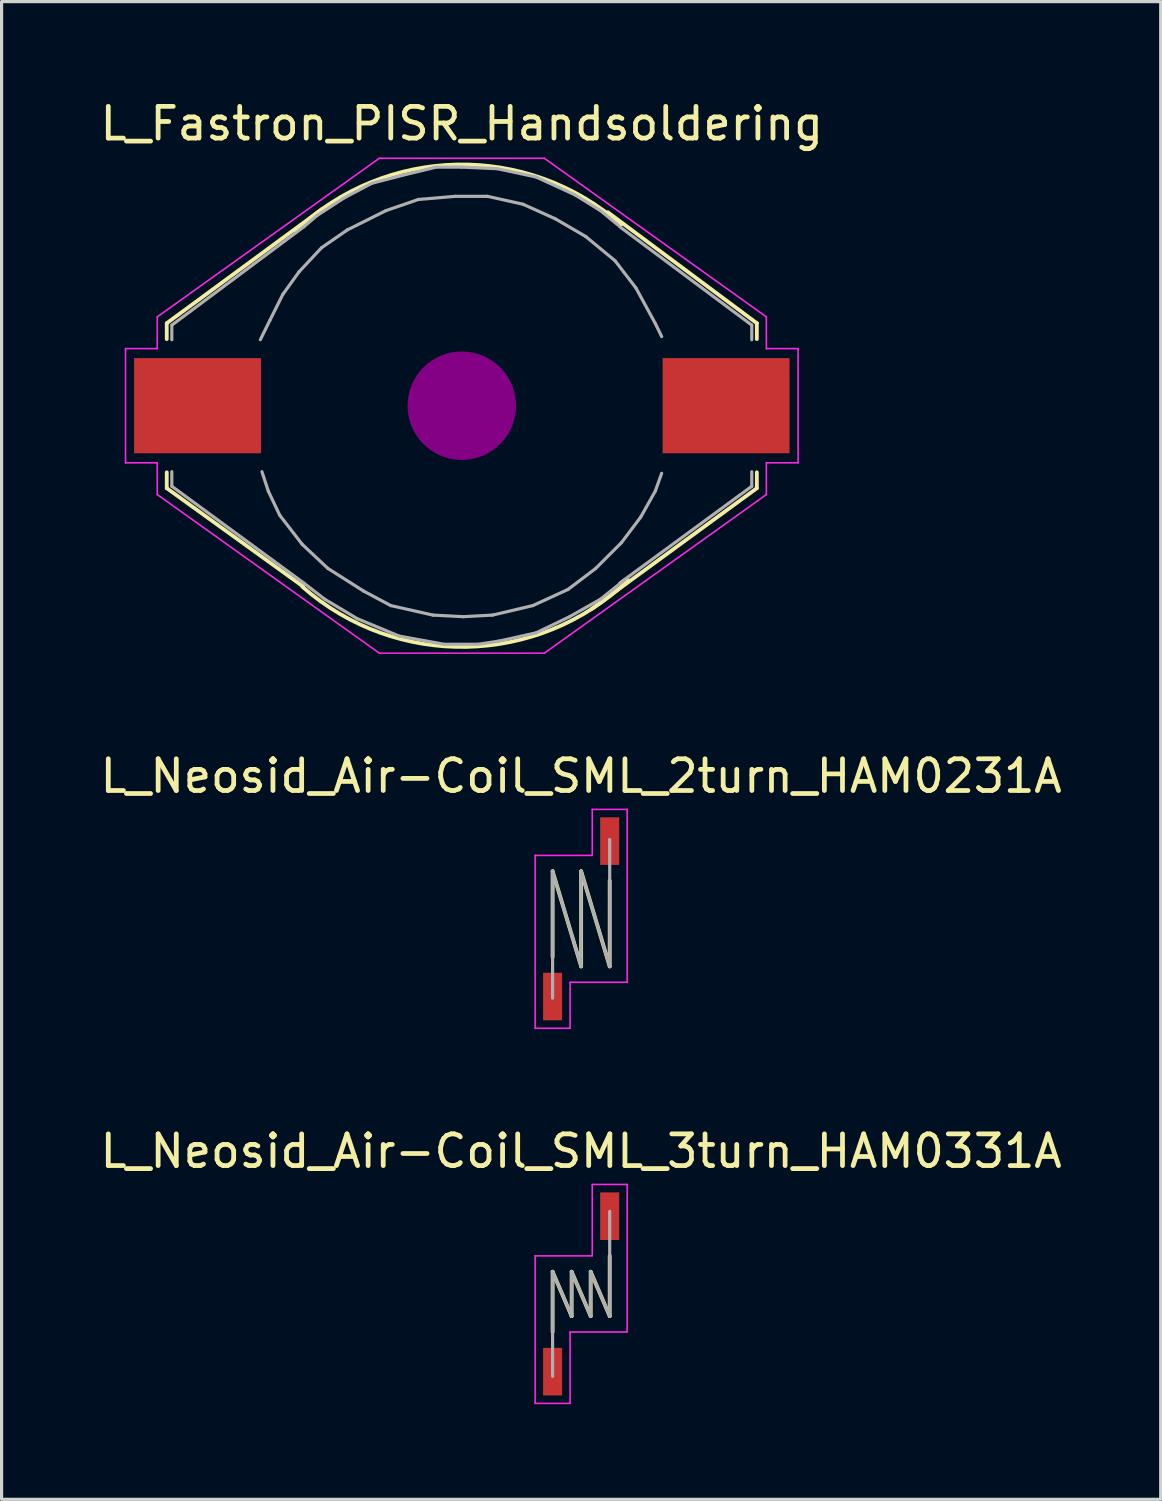
<source format=kicad_pcb>
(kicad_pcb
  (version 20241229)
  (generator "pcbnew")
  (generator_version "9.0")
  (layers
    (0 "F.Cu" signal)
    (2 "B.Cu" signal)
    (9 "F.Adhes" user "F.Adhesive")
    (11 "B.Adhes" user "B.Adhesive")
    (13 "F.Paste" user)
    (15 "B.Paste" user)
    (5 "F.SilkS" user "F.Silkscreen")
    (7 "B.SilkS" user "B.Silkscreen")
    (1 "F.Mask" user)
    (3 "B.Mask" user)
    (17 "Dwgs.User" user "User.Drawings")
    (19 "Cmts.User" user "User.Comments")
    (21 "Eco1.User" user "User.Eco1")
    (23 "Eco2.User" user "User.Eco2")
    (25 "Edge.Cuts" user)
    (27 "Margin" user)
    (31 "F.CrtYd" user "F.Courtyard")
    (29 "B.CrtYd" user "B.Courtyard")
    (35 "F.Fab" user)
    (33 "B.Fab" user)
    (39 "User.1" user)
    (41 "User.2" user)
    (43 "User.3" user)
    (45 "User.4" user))
  (footprint "L_Neosid_Air-Coil_SML_2turn_HAM0231A"
    (layer "F.Cu")
    (at 15.268 25.912)
    (property "Reference" "L_Neosid_Air-Coil_SML_2turn_HAM0231A" (at 0 -4.5 0) (layer "F.SilkS") (effects (font (size 1 1) (thickness 0.15))))
    (attr smd)
    (fp_line (start -0.9 -1.5) (end 0 1.5) (stroke (width 0.12) (type solid)) (layer "F.SilkS"))
    (fp_line (start -0.9 1.2) (end -0.9 -1.5) (stroke (width 0.12) (type solid)) (layer "F.SilkS"))
    (fp_line (start 0 -1.5) (end 0.9 1.5) (stroke (width 0.12) (type solid)) (layer "F.SilkS"))
    (fp_line (start 0 1.5) (end 0 -1.5) (stroke (width 0.12) (type solid)) (layer "F.SilkS"))
    (fp_line (start 0.9 -1.2) (end 0.9 1.5) (stroke (width 0.12) (type solid)) (layer "F.SilkS"))
    (fp_line (start -1.45 -2) (end -1.45 3.45) (stroke (width 0.05) (type solid)) (layer "F.CrtYd"))
    (fp_line (start -1.45 3.45) (end -0.35 3.45) (stroke (width 0.05) (type solid)) (layer "F.CrtYd"))
    (fp_line (start -0.35 2) (end 1.45 2) (stroke (width 0.05) (type solid)) (layer "F.CrtYd"))
    (fp_line (start -0.35 3.45) (end -0.35 2) (stroke (width 0.05) (type solid)) (layer "F.CrtYd"))
    (fp_line (start 0.35 -3.45) (end 0.35 -2) (stroke (width 0.05) (type solid)) (layer "F.CrtYd"))
    (fp_line (start 0.35 -2) (end -1.45 -2) (stroke (width 0.05) (type solid)) (layer "F.CrtYd"))
    (fp_line (start 1.45 -3.45) (end 0.35 -3.45) (stroke (width 0.05) (type solid)) (layer "F.CrtYd"))
    (fp_line (start 1.45 2) (end 1.45 -3.45) (stroke (width 0.05) (type solid)) (layer "F.CrtYd"))
    (fp_line (start -0.9 -1.5) (end 0 1.5) (stroke (width 0.1) (type solid)) (layer "F.Fab"))
    (fp_line (start -0.9 2.5) (end -0.9 -1.5) (stroke (width 0.1) (type solid)) (layer "F.Fab"))
    (fp_line (start 0 -1.5) (end 0.9 1.5) (stroke (width 0.1) (type solid)) (layer "F.Fab"))
    (fp_line (start 0 1.5) (end 0 -1.5) (stroke (width 0.1) (type solid)) (layer "F.Fab"))
    (fp_line (start 0.9 1.5) (end 0.9 -2.5) (stroke (width 0.1) (type solid)) (layer "F.Fab"))
    (pad "1" smd rect (at -0.9 2.45) (size 0.6 1.5) (layers "F.Cu" "F.Mask" "F.Paste"))
    (pad "2" smd rect (at 0.9 -2.45) (size 0.6 1.5) (layers "F.Cu" "F.Mask" "F.Paste")))
  (footprint "L_Fastron_PISR_Handsoldering"
    (layer "F.Cu")
    (at 11.506 9.738)
    (property "Reference" "L_Fastron_PISR_Handsoldering" (at 0 -8.89 0) (layer "F.SilkS") (effects (font (size 1 1) (thickness 0.15))))
    (attr smd)
    (fp_line (start -9.3 -2.6) (end -9.3 -2.1) (stroke (width 0.12) (type solid)) (layer "F.SilkS"))
    (fp_line (start -9.3 -2.6) (end -4.4 -6.2) (stroke (width 0.12) (type solid)) (layer "F.SilkS"))
    (fp_line (start -9.3 2.6) (end -9.3 2.1) (stroke (width 0.12) (type solid)) (layer "F.SilkS"))
    (fp_line (start -5 5.7) (end -9.3 2.6) (stroke (width 0.12) (type solid)) (layer "F.SilkS"))
    (fp_line (start 4.1 6.4) (end 9.3 2.6) (stroke (width 0.12) (type solid)) (layer "F.SilkS"))
    (fp_line (start 4.6 -6.1) (end 9.3 -2.6) (stroke (width 0.12) (type solid)) (layer "F.SilkS"))
    (fp_line (start 9.3 -2.6) (end 9.3 -2.1) (stroke (width 0.12) (type solid)) (layer "F.SilkS"))
    (fp_line (start 9.3 2.6) (end 9.3 2.1) (stroke (width 0.12) (type solid)) (layer "F.SilkS"))
    (fp_arc (start -5.25 -5.5) (mid -0.15496 -7.601874) (end 5.021503 -5.709379) (stroke (width 0.12) (type solid)) (layer "F.SilkS"))
    (fp_arc (start 5.25 5.5) (mid 0.15496 7.601874) (end -5.021503 5.709379) (stroke (width 0.12) (type solid)) (layer "F.SilkS"))
    (fp_line (start 0 -0.25) (end 0 0.25) (stroke (width 0.38) (type solid)) (layer "F.Adhes"))
    (fp_circle (center 0 0) (end 0 0.25) (stroke (width 0.38) (type solid)) (fill no) (layer "F.Adhes"))
    (fp_circle (center 0 0) (end 0 0.51) (stroke (width 0.38) (type solid)) (fill no) (layer "F.Adhes"))
    (fp_circle (center 0 0) (end 0 0.76) (stroke (width 0.38) (type solid)) (fill no) (layer "F.Adhes"))
    (fp_circle (center 0 0) (end 0 1.02) (stroke (width 0.38) (type solid)) (fill no) (layer "F.Adhes"))
    (fp_circle (center 0 0) (end 0 1.27) (stroke (width 0.38) (type solid)) (fill no) (layer "F.Adhes"))
    (fp_circle (center 0 0) (end 0 1.52) (stroke (width 0.38) (type solid)) (fill no) (layer "F.Adhes"))
    (fp_line (start -10.6 -1.8) (end -9.6 -1.8) (stroke (width 0.05) (type solid)) (layer "F.CrtYd"))
    (fp_line (start -10.6 1.8) (end -10.6 -1.8) (stroke (width 0.05) (type solid)) (layer "F.CrtYd"))
    (fp_line (start -9.6 -2.8) (end -2.6 -7.8) (stroke (width 0.05) (type solid)) (layer "F.CrtYd"))
    (fp_line (start -9.6 -1.8) (end -9.6 -2.8) (stroke (width 0.05) (type solid)) (layer "F.CrtYd"))
    (fp_line (start -9.6 1.8) (end -10.6 1.8) (stroke (width 0.05) (type solid)) (layer "F.CrtYd"))
    (fp_line (start -9.6 2.8) (end -9.6 1.8) (stroke (width 0.05) (type solid)) (layer "F.CrtYd"))
    (fp_line (start -2.6 -7.8) (end 2.6 -7.8) (stroke (width 0.05) (type solid)) (layer "F.CrtYd"))
    (fp_line (start -2.6 7.8) (end -9.6 2.8) (stroke (width 0.05) (type solid)) (layer "F.CrtYd"))
    (fp_line (start 2.6 -7.8) (end 9.6 -2.8) (stroke (width 0.05) (type solid)) (layer "F.CrtYd"))
    (fp_line (start 2.6 7.8) (end -2.6 7.8) (stroke (width 0.05) (type solid)) (layer "F.CrtYd"))
    (fp_line (start 9.6 -2.8) (end 9.6 -1.8) (stroke (width 0.05) (type solid)) (layer "F.CrtYd"))
    (fp_line (start 9.6 -1.8) (end 10.6 -1.8) (stroke (width 0.05) (type solid)) (layer "F.CrtYd"))
    (fp_line (start 9.6 1.8) (end 9.6 2.8) (stroke (width 0.05) (type solid)) (layer "F.CrtYd"))
    (fp_line (start 9.6 2.8) (end 2.6 7.8) (stroke (width 0.05) (type solid)) (layer "F.CrtYd"))
    (fp_line (start 10.6 -1.8) (end 10.6 1.8) (stroke (width 0.05) (type solid)) (layer "F.CrtYd"))
    (fp_line (start 10.6 1.8) (end 9.6 1.8) (stroke (width 0.05) (type solid)) (layer "F.CrtYd"))
    (fp_line (start -9.14 -2.54) (end -4.98 -5.64) (stroke (width 0.1) (type solid)) (layer "F.Fab"))
    (fp_line (start -9.14 -2.08) (end -9.14 -2.54) (stroke (width 0.1) (type solid)) (layer "F.Fab"))
    (fp_line (start -9.14 2.08) (end -9.14 2.54) (stroke (width 0.1) (type solid)) (layer "F.Fab"))
    (fp_line (start -9.14 2.54) (end -4.98 5.59) (stroke (width 0.1) (type solid)) (layer "F.Fab"))
    (fp_line (start -6.35 -2.08) (end -6.05 -2.69) (stroke (width 0.1) (type solid)) (layer "F.Fab"))
    (fp_line (start -6.3 2.08) (end -6.1 2.69) (stroke (width 0.1) (type solid)) (layer "F.Fab"))
    (fp_line (start -6.1 2.69) (end -5.74 3.45) (stroke (width 0.1) (type solid)) (layer "F.Fab"))
    (fp_line (start -6.05 -2.69) (end -5.64 -3.51) (stroke (width 0.1) (type solid)) (layer "F.Fab"))
    (fp_line (start -5.74 3.45) (end -5.03 4.37) (stroke (width 0.1) (type solid)) (layer "F.Fab"))
    (fp_line (start -5.64 -3.51) (end -5.13 -4.22) (stroke (width 0.1) (type solid)) (layer "F.Fab"))
    (fp_line (start -5.13 -4.22) (end -4.42 -4.98) (stroke (width 0.1) (type solid)) (layer "F.Fab"))
    (fp_line (start -5.03 4.37) (end -4.22 5.13) (stroke (width 0.1) (type solid)) (layer "F.Fab"))
    (fp_line (start -4.98 -5.64) (end -4.57 -5.99) (stroke (width 0.1) (type solid)) (layer "F.Fab"))
    (fp_line (start -4.98 5.59) (end -4.32 6.1) (stroke (width 0.1) (type solid)) (layer "F.Fab"))
    (fp_line (start -4.57 -5.99) (end -3.71 -6.55) (stroke (width 0.1) (type solid)) (layer "F.Fab"))
    (fp_line (start -4.42 -4.98) (end -3.61 -5.54) (stroke (width 0.1) (type solid)) (layer "F.Fab"))
    (fp_line (start -4.32 6.1) (end -3.3 6.71) (stroke (width 0.1) (type solid)) (layer "F.Fab"))
    (fp_line (start -4.22 5.13) (end -3.1 5.84) (stroke (width 0.1) (type solid)) (layer "F.Fab"))
    (fp_line (start -3.71 -6.55) (end -2.84 -7.01) (stroke (width 0.1) (type solid)) (layer "F.Fab"))
    (fp_line (start -3.61 -5.54) (end -2.39 -6.15) (stroke (width 0.1) (type solid)) (layer "F.Fab"))
    (fp_line (start -3.3 6.71) (end -1.98 7.26) (stroke (width 0.1) (type solid)) (layer "F.Fab"))
    (fp_line (start -3.1 5.84) (end -2.24 6.3) (stroke (width 0.1) (type solid)) (layer "F.Fab"))
    (fp_line (start -2.84 -7.01) (end -1.88 -7.26) (stroke (width 0.1) (type solid)) (layer "F.Fab"))
    (fp_line (start -2.39 -6.15) (end -1.37 -6.5) (stroke (width 0.1) (type solid)) (layer "F.Fab"))
    (fp_line (start -2.24 6.3) (end -0.91 6.6) (stroke (width 0.1) (type solid)) (layer "F.Fab"))
    (fp_line (start -1.98 7.26) (end -0.56 7.52) (stroke (width 0.1) (type solid)) (layer "F.Fab"))
    (fp_line (start -1.88 -7.26) (end -0.81 -7.52) (stroke (width 0.1) (type solid)) (layer "F.Fab"))
    (fp_line (start -1.37 -6.5) (end -0.2 -6.6) (stroke (width 0.1) (type solid)) (layer "F.Fab"))
    (fp_line (start -0.91 6.6) (end 0.05 6.65) (stroke (width 0.1) (type solid)) (layer "F.Fab"))
    (fp_line (start -0.81 -7.52) (end 0 -7.52) (stroke (width 0.1) (type solid)) (layer "F.Fab"))
    (fp_line (start -0.56 7.52) (end 0.51 7.52) (stroke (width 0.1) (type solid)) (layer "F.Fab"))
    (fp_line (start -0.2 -6.6) (end 0.81 -6.6) (stroke (width 0.1) (type solid)) (layer "F.Fab"))
    (fp_line (start 0 -7.52) (end 1.12 -7.47) (stroke (width 0.1) (type solid)) (layer "F.Fab"))
    (fp_line (start 0.05 6.65) (end 0.97 6.6) (stroke (width 0.1) (type solid)) (layer "F.Fab"))
    (fp_line (start 0.51 7.52) (end 1.17 7.42) (stroke (width 0.1) (type solid)) (layer "F.Fab"))
    (fp_line (start 0.81 -6.6) (end 1.93 -6.35) (stroke (width 0.1) (type solid)) (layer "F.Fab"))
    (fp_line (start 0.97 6.6) (end 2.24 6.3) (stroke (width 0.1) (type solid)) (layer "F.Fab"))
    (fp_line (start 1.12 -7.47) (end 2.34 -7.21) (stroke (width 0.1) (type solid)) (layer "F.Fab"))
    (fp_line (start 1.17 7.42) (end 2.34 7.16) (stroke (width 0.1) (type solid)) (layer "F.Fab"))
    (fp_line (start 1.93 -6.35) (end 2.95 -5.89) (stroke (width 0.1) (type solid)) (layer "F.Fab"))
    (fp_line (start 2.24 6.3) (end 3.35 5.79) (stroke (width 0.1) (type solid)) (layer "F.Fab"))
    (fp_line (start 2.34 -7.21) (end 3.56 -6.65) (stroke (width 0.1) (type solid)) (layer "F.Fab"))
    (fp_line (start 2.34 7.16) (end 3.4 6.65) (stroke (width 0.1) (type solid)) (layer "F.Fab"))
    (fp_line (start 2.95 -5.89) (end 3.91 -5.33) (stroke (width 0.1) (type solid)) (layer "F.Fab"))
    (fp_line (start 3.35 5.79) (end 4.22 5.13) (stroke (width 0.1) (type solid)) (layer "F.Fab"))
    (fp_line (start 3.4 6.65) (end 4.37 6.1) (stroke (width 0.1) (type solid)) (layer "F.Fab"))
    (fp_line (start 3.56 -6.65) (end 4.37 -6.15) (stroke (width 0.1) (type solid)) (layer "F.Fab"))
    (fp_line (start 3.91 -5.33) (end 4.83 -4.57) (stroke (width 0.1) (type solid)) (layer "F.Fab"))
    (fp_line (start 4.22 5.13) (end 5.03 4.32) (stroke (width 0.1) (type solid)) (layer "F.Fab"))
    (fp_line (start 4.37 -6.15) (end 4.93 -5.69) (stroke (width 0.1) (type solid)) (layer "F.Fab"))
    (fp_line (start 4.37 6.1) (end 5.13 5.49) (stroke (width 0.1) (type solid)) (layer "F.Fab"))
    (fp_line (start 4.83 -4.57) (end 5.49 -3.71) (stroke (width 0.1) (type solid)) (layer "F.Fab"))
    (fp_line (start 5.03 4.32) (end 5.64 3.51) (stroke (width 0.1) (type solid)) (layer "F.Fab"))
    (fp_line (start 5.49 -3.71) (end 6.1 -2.59) (stroke (width 0.1) (type solid)) (layer "F.Fab"))
    (fp_line (start 5.64 3.51) (end 6.1 2.69) (stroke (width 0.1) (type solid)) (layer "F.Fab"))
    (fp_line (start 6.1 -2.59) (end 6.3 -2.18) (stroke (width 0.1) (type solid)) (layer "F.Fab"))
    (fp_line (start 6.1 2.69) (end 6.3 2.13) (stroke (width 0.1) (type solid)) (layer "F.Fab"))
    (fp_line (start 9.14 -2.54) (end 4.98 -5.64) (stroke (width 0.1) (type solid)) (layer "F.Fab"))
    (fp_line (start 9.14 -2.08) (end 9.14 -2.54) (stroke (width 0.1) (type solid)) (layer "F.Fab"))
    (fp_line (start 9.14 2.08) (end 9.14 2.54) (stroke (width 0.1) (type solid)) (layer "F.Fab"))
    (fp_line (start 9.14 2.54) (end 4.98 5.59) (stroke (width 0.1) (type solid)) (layer "F.Fab"))
    (pad "1" smd rect (at 8.33 0) (size 4 3) (layers "F.Cu" "F.Mask" "F.Paste"))
    (pad "2" smd rect (at -8.33 0) (size 4 3) (layers "F.Cu" "F.Mask" "F.Paste")))
  (footprint "L_Neosid_Air-Coil_SML_3turn_HAM0331A"
    (layer "F.Cu")
    (at 15.268 37.735)
    (property "Reference" "L_Neosid_Air-Coil_SML_3turn_HAM0331A" (at 0 -4.5 0) (layer "F.SilkS") (effects (font (size 1 1) (thickness 0.15))))
    (attr smd)
    (fp_line (start -0.9 -0.7) (end -0.3 0.7) (stroke (width 0.12) (type solid)) (layer "F.SilkS"))
    (fp_line (start -0.9 1.2) (end -0.9 -0.7) (stroke (width 0.12) (type solid)) (layer "F.SilkS"))
    (fp_line (start -0.3 -0.7) (end 0.3 0.7) (stroke (width 0.12) (type solid)) (layer "F.SilkS"))
    (fp_line (start -0.3 0.7) (end -0.3 -0.7) (stroke (width 0.12) (type solid)) (layer "F.SilkS"))
    (fp_line (start 0.3 -0.7) (end 0.9 0.7) (stroke (width 0.12) (type solid)) (layer "F.SilkS"))
    (fp_line (start 0.3 0.7) (end 0.3 -0.7) (stroke (width 0.12) (type solid)) (layer "F.SilkS"))
    (fp_line (start 0.9 -1.2) (end 0.9 0.7) (stroke (width 0.12) (type solid)) (layer "F.SilkS"))
    (fp_line (start -1.45 -1.2) (end -1.45 3.45) (stroke (width 0.05) (type solid)) (layer "F.CrtYd"))
    (fp_line (start -1.45 3.45) (end -0.35 3.45) (stroke (width 0.05) (type solid)) (layer "F.CrtYd"))
    (fp_line (start -0.35 1.2) (end 1.45 1.2) (stroke (width 0.05) (type solid)) (layer "F.CrtYd"))
    (fp_line (start -0.35 3.45) (end -0.35 1.2) (stroke (width 0.05) (type solid)) (layer "F.CrtYd"))
    (fp_line (start 0.35 -3.45) (end 0.35 -1.2) (stroke (width 0.05) (type solid)) (layer "F.CrtYd"))
    (fp_line (start 0.35 -1.2) (end -1.45 -1.2) (stroke (width 0.05) (type solid)) (layer "F.CrtYd"))
    (fp_line (start 1.45 -3.45) (end 0.35 -3.45) (stroke (width 0.05) (type solid)) (layer "F.CrtYd"))
    (fp_line (start 1.45 1.2) (end 1.45 -3.45) (stroke (width 0.05) (type solid)) (layer "F.CrtYd"))
    (fp_line (start -0.9 -0.7) (end -0.3 0.7) (stroke (width 0.1) (type solid)) (layer "F.Fab"))
    (fp_line (start -0.9 2.6) (end -0.9 -0.7) (stroke (width 0.1) (type solid)) (layer "F.Fab"))
    (fp_line (start -0.3 -0.7) (end 0.3 0.7) (stroke (width 0.1) (type solid)) (layer "F.Fab"))
    (fp_line (start -0.3 0.7) (end -0.3 -0.7) (stroke (width 0.1) (type solid)) (layer "F.Fab"))
    (fp_line (start 0.3 -0.7) (end 0.9 0.7) (stroke (width 0.1) (type solid)) (layer "F.Fab"))
    (fp_line (start 0.3 0.7) (end 0.3 -0.7) (stroke (width 0.1) (type solid)) (layer "F.Fab"))
    (fp_line (start 0.9 0.7) (end 0.9 -2.6) (stroke (width 0.1) (type solid)) (layer "F.Fab"))
    (pad "1" smd rect (at -0.9 2.45) (size 0.6 1.5) (layers "F.Cu" "F.Mask" "F.Paste"))
    (pad "2" smd rect (at 0.9 -2.45) (size 0.6 1.5) (layers "F.Cu" "F.Mask" "F.Paste")))
  (gr_rect
    (start -3 -3)
    (end 33.536 44.21)
    (stroke (width 0.1) (type default))
    (fill no)
    (layer "Edge.Cuts")))
</source>
